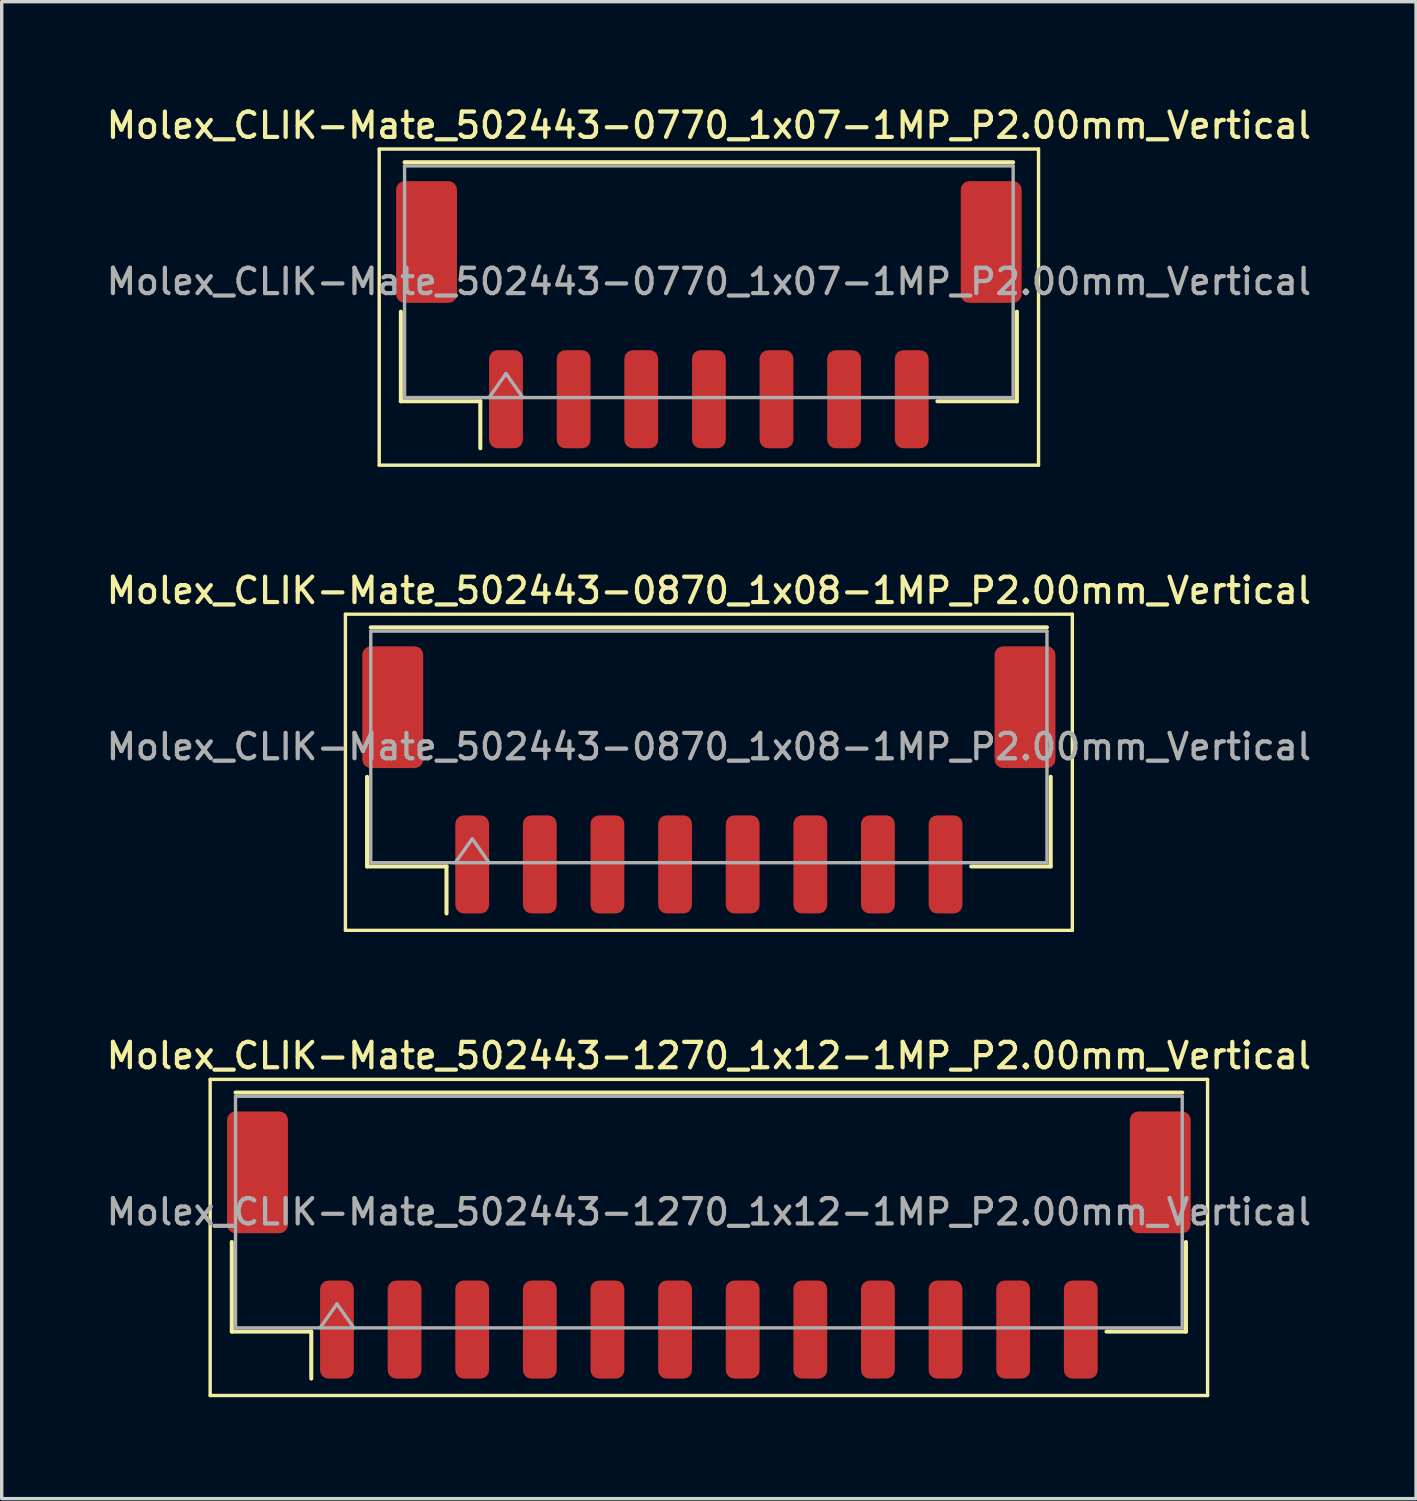
<source format=kicad_pcb>
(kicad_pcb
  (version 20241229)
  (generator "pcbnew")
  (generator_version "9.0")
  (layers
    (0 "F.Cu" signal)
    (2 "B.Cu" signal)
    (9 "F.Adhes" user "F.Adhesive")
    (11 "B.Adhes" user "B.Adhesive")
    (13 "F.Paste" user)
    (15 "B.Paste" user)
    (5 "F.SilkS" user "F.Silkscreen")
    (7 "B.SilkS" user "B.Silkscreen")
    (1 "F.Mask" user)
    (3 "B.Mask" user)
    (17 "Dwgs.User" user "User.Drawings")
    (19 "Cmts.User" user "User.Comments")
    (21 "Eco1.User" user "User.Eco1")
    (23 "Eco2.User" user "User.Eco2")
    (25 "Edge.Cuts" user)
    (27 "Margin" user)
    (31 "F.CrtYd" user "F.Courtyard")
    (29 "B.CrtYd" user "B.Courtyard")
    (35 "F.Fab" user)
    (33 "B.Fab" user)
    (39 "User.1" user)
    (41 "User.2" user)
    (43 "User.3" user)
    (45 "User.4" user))
  (footprint "Molex_CLIK-Mate_502443-1270_1x12-1MP_P2.00mm_Vertical"
    (layer "F.Cu")
    (at 17.916 33.774)
    (property "Reference" "Molex_CLIK-Mate_502443-1270_1x12-1MP_P2.00mm_Vertical" (at 0 -5.6 0) (layer "F.SilkS") (effects (font (size 0.75 0.75) (thickness 0.125))))
    (attr smd)
    (fp_line (start -14.75 -4.9) (end -14.75 4.45) (stroke (width 0.1) (type solid)) (layer "F.SilkS"))
    (fp_line (start -14.75 4.45) (end 14.75 4.45) (stroke (width 0.1) (type solid)) (layer "F.SilkS"))
    (fp_line (start -14.11 -0.09) (end -14.11 2.56) (stroke (width 0.12) (type solid)) (layer "F.SilkS"))
    (fp_line (start -14.11 2.56) (end -11.76 2.56) (stroke (width 0.12) (type solid)) (layer "F.SilkS"))
    (fp_line (start -14 -4.51) (end 14 -4.51) (stroke (width 0.12) (type solid)) (layer "F.SilkS"))
    (fp_line (start -11.76 2.56) (end -11.76 3.95) (stroke (width 0.12) (type solid)) (layer "F.SilkS"))
    (fp_line (start 14.11 -0.09) (end 14.11 2.56) (stroke (width 0.12) (type solid)) (layer "F.SilkS"))
    (fp_line (start 14.11 2.56) (end 11.76 2.56) (stroke (width 0.12) (type solid)) (layer "F.SilkS"))
    (fp_line (start 14.75 -4.9) (end -14.75 -4.9) (stroke (width 0.1) (type solid)) (layer "F.SilkS"))
    (fp_line (start 14.75 4.45) (end 14.75 -4.9) (stroke (width 0.1) (type solid)) (layer "F.SilkS"))
    (fp_line (start -14 -4.4) (end 14 -4.4) (stroke (width 0.1) (type solid)) (layer "F.Fab"))
    (fp_line (start -14 2.45) (end -14 -4.4) (stroke (width 0.1) (type solid)) (layer "F.Fab"))
    (fp_line (start -14 2.45) (end 14 2.45) (stroke (width 0.1) (type solid)) (layer "F.Fab"))
    (fp_line (start -11.5 2.45) (end -11 1.743) (stroke (width 0.1) (type solid)) (layer "F.Fab"))
    (fp_line (start -11 1.743) (end -10.5 2.45) (stroke (width 0.1) (type solid)) (layer "F.Fab"))
    (fp_line (start 14 2.45) (end 14 -4.4) (stroke (width 0.1) (type solid)) (layer "F.Fab"))
    (fp_text user "${REFERENCE}" (at 0 -0.98 0) (layer "F.Fab") (effects (font (size 0.75 0.75) (thickness 0.125))))
    (pad "1" smd roundrect (at -11 2.5) (size 1 2.9) (layers "F.Cu" "F.Mask" "F.Paste") (roundrect_rratio 0.25))
    (pad "2" smd roundrect (at -9 2.5) (size 1 2.9) (layers "F.Cu" "F.Mask" "F.Paste") (roundrect_rratio 0.25))
    (pad "3" smd roundrect (at -7 2.5) (size 1 2.9) (layers "F.Cu" "F.Mask" "F.Paste") (roundrect_rratio 0.25))
    (pad "4" smd roundrect (at -5 2.5) (size 1 2.9) (layers "F.Cu" "F.Mask" "F.Paste") (roundrect_rratio 0.25))
    (pad "5" smd roundrect (at -3 2.5) (size 1 2.9) (layers "F.Cu" "F.Mask" "F.Paste") (roundrect_rratio 0.25))
    (pad "6" smd roundrect (at -1 2.5) (size 1 2.9) (layers "F.Cu" "F.Mask" "F.Paste") (roundrect_rratio 0.25))
    (pad "7" smd roundrect (at 1 2.5) (size 1 2.9) (layers "F.Cu" "F.Mask" "F.Paste") (roundrect_rratio 0.25))
    (pad "8" smd roundrect (at 3 2.5) (size 1 2.9) (layers "F.Cu" "F.Mask" "F.Paste") (roundrect_rratio 0.25))
    (pad "9" smd roundrect (at 5 2.5) (size 1 2.9) (layers "F.Cu" "F.Mask" "F.Paste") (roundrect_rratio 0.25))
    (pad "10" smd roundrect (at 7 2.5) (size 1 2.9) (layers "F.Cu" "F.Mask" "F.Paste") (roundrect_rratio 0.25))
    (pad "11" smd roundrect (at 9 2.5) (size 1 2.9) (layers "F.Cu" "F.Mask" "F.Paste") (roundrect_rratio 0.25))
    (pad "12" smd roundrect (at 11 2.5) (size 1 2.9) (layers "F.Cu" "F.Mask" "F.Paste") (roundrect_rratio 0.25))
    (pad "MP" smd roundrect (at -13.35 -2.15) (size 1.8 3.6) (layers "F.Cu" "F.Mask" "F.Paste") (roundrect_rratio 0.139))
    (pad "MP" smd roundrect (at 13.35 -2.15) (size 1.8 3.6) (layers "F.Cu" "F.Mask" "F.Paste") (roundrect_rratio 0.139)))
  (footprint "Molex_CLIK-Mate_502443-0870_1x08-1MP_P2.00mm_Vertical"
    (layer "F.Cu")
    (at 17.916 20.016)
    (property "Reference" "Molex_CLIK-Mate_502443-0870_1x08-1MP_P2.00mm_Vertical" (at 0 -5.6 0) (layer "F.SilkS") (effects (font (size 0.75 0.75) (thickness 0.125))))
    (attr smd)
    (fp_line (start -10.75 -4.9) (end -10.75 4.45) (stroke (width 0.1) (type solid)) (layer "F.SilkS"))
    (fp_line (start -10.75 4.45) (end 10.75 4.45) (stroke (width 0.1) (type solid)) (layer "F.SilkS"))
    (fp_line (start -10.11 -0.09) (end -10.11 2.56) (stroke (width 0.12) (type solid)) (layer "F.SilkS"))
    (fp_line (start -10.11 2.56) (end -7.76 2.56) (stroke (width 0.12) (type solid)) (layer "F.SilkS"))
    (fp_line (start -10 -4.51) (end 10 -4.51) (stroke (width 0.12) (type solid)) (layer "F.SilkS"))
    (fp_line (start -7.76 2.56) (end -7.76 3.95) (stroke (width 0.12) (type solid)) (layer "F.SilkS"))
    (fp_line (start 10.11 -0.09) (end 10.11 2.56) (stroke (width 0.12) (type solid)) (layer "F.SilkS"))
    (fp_line (start 10.11 2.56) (end 7.76 2.56) (stroke (width 0.12) (type solid)) (layer "F.SilkS"))
    (fp_line (start 10.75 -4.9) (end -10.75 -4.9) (stroke (width 0.1) (type solid)) (layer "F.SilkS"))
    (fp_line (start 10.75 4.45) (end 10.75 -4.9) (stroke (width 0.1) (type solid)) (layer "F.SilkS"))
    (fp_line (start -10 -4.4) (end 10 -4.4) (stroke (width 0.1) (type solid)) (layer "F.Fab"))
    (fp_line (start -10 2.45) (end -10 -4.4) (stroke (width 0.1) (type solid)) (layer "F.Fab"))
    (fp_line (start -10 2.45) (end 10 2.45) (stroke (width 0.1) (type solid)) (layer "F.Fab"))
    (fp_line (start -7.5 2.45) (end -7 1.743) (stroke (width 0.1) (type solid)) (layer "F.Fab"))
    (fp_line (start -7 1.743) (end -6.5 2.45) (stroke (width 0.1) (type solid)) (layer "F.Fab"))
    (fp_line (start 10 2.45) (end 10 -4.4) (stroke (width 0.1) (type solid)) (layer "F.Fab"))
    (fp_text user "${REFERENCE}" (at 0 -0.98 0) (layer "F.Fab") (effects (font (size 0.75 0.75) (thickness 0.125))))
    (pad "1" smd roundrect (at -7 2.5) (size 1 2.9) (layers "F.Cu" "F.Mask" "F.Paste") (roundrect_rratio 0.25))
    (pad "2" smd roundrect (at -5 2.5) (size 1 2.9) (layers "F.Cu" "F.Mask" "F.Paste") (roundrect_rratio 0.25))
    (pad "3" smd roundrect (at -3 2.5) (size 1 2.9) (layers "F.Cu" "F.Mask" "F.Paste") (roundrect_rratio 0.25))
    (pad "4" smd roundrect (at -1 2.5) (size 1 2.9) (layers "F.Cu" "F.Mask" "F.Paste") (roundrect_rratio 0.25))
    (pad "5" smd roundrect (at 1 2.5) (size 1 2.9) (layers "F.Cu" "F.Mask" "F.Paste") (roundrect_rratio 0.25))
    (pad "6" smd roundrect (at 3 2.5) (size 1 2.9) (layers "F.Cu" "F.Mask" "F.Paste") (roundrect_rratio 0.25))
    (pad "7" smd roundrect (at 5 2.5) (size 1 2.9) (layers "F.Cu" "F.Mask" "F.Paste") (roundrect_rratio 0.25))
    (pad "8" smd roundrect (at 7 2.5) (size 1 2.9) (layers "F.Cu" "F.Mask" "F.Paste") (roundrect_rratio 0.25))
    (pad "MP" smd roundrect (at -9.35 -2.15) (size 1.8 3.6) (layers "F.Cu" "F.Mask" "F.Paste") (roundrect_rratio 0.139))
    (pad "MP" smd roundrect (at 9.35 -2.15) (size 1.8 3.6) (layers "F.Cu" "F.Mask" "F.Paste") (roundrect_rratio 0.139)))
  (footprint "Molex_CLIK-Mate_502443-0770_1x07-1MP_P2.00mm_Vertical"
    (layer "F.Cu")
    (at 17.916 6.258)
    (property "Reference" "Molex_CLIK-Mate_502443-0770_1x07-1MP_P2.00mm_Vertical" (at 0 -5.6 0) (layer "F.SilkS") (effects (font (size 0.75 0.75) (thickness 0.125))))
    (attr smd)
    (fp_line (start -9.75 -4.9) (end -9.75 4.45) (stroke (width 0.1) (type solid)) (layer "F.SilkS"))
    (fp_line (start -9.75 4.45) (end 9.75 4.45) (stroke (width 0.1) (type solid)) (layer "F.SilkS"))
    (fp_line (start -9.11 -0.09) (end -9.11 2.56) (stroke (width 0.12) (type solid)) (layer "F.SilkS"))
    (fp_line (start -9.11 2.56) (end -6.76 2.56) (stroke (width 0.12) (type solid)) (layer "F.SilkS"))
    (fp_line (start -9 -4.51) (end 9 -4.51) (stroke (width 0.12) (type solid)) (layer "F.SilkS"))
    (fp_line (start -6.76 2.56) (end -6.76 3.95) (stroke (width 0.12) (type solid)) (layer "F.SilkS"))
    (fp_line (start 9.11 -0.09) (end 9.11 2.56) (stroke (width 0.12) (type solid)) (layer "F.SilkS"))
    (fp_line (start 9.11 2.56) (end 6.76 2.56) (stroke (width 0.12) (type solid)) (layer "F.SilkS"))
    (fp_line (start 9.75 -4.9) (end -9.75 -4.9) (stroke (width 0.1) (type solid)) (layer "F.SilkS"))
    (fp_line (start 9.75 4.45) (end 9.75 -4.9) (stroke (width 0.1) (type solid)) (layer "F.SilkS"))
    (fp_line (start -9 -4.4) (end 9 -4.4) (stroke (width 0.1) (type solid)) (layer "F.Fab"))
    (fp_line (start -9 2.45) (end -9 -4.4) (stroke (width 0.1) (type solid)) (layer "F.Fab"))
    (fp_line (start -9 2.45) (end 9 2.45) (stroke (width 0.1) (type solid)) (layer "F.Fab"))
    (fp_line (start -6.5 2.45) (end -6 1.743) (stroke (width 0.1) (type solid)) (layer "F.Fab"))
    (fp_line (start -6 1.743) (end -5.5 2.45) (stroke (width 0.1) (type solid)) (layer "F.Fab"))
    (fp_line (start 9 2.45) (end 9 -4.4) (stroke (width 0.1) (type solid)) (layer "F.Fab"))
    (fp_text user "${REFERENCE}" (at 0 -0.98 0) (layer "F.Fab") (effects (font (size 0.75 0.75) (thickness 0.125))))
    (pad "1" smd roundrect (at -6 2.5) (size 1 2.9) (layers "F.Cu" "F.Mask" "F.Paste") (roundrect_rratio 0.25))
    (pad "2" smd roundrect (at -4 2.5) (size 1 2.9) (layers "F.Cu" "F.Mask" "F.Paste") (roundrect_rratio 0.25))
    (pad "3" smd roundrect (at -2 2.5) (size 1 2.9) (layers "F.Cu" "F.Mask" "F.Paste") (roundrect_rratio 0.25))
    (pad "4" smd roundrect (at 0 2.5) (size 1 2.9) (layers "F.Cu" "F.Mask" "F.Paste") (roundrect_rratio 0.25))
    (pad "5" smd roundrect (at 2 2.5) (size 1 2.9) (layers "F.Cu" "F.Mask" "F.Paste") (roundrect_rratio 0.25))
    (pad "6" smd roundrect (at 4 2.5) (size 1 2.9) (layers "F.Cu" "F.Mask" "F.Paste") (roundrect_rratio 0.25))
    (pad "7" smd roundrect (at 6 2.5) (size 1 2.9) (layers "F.Cu" "F.Mask" "F.Paste") (roundrect_rratio 0.25))
    (pad "MP" smd roundrect (at -8.35 -2.15) (size 1.8 3.6) (layers "F.Cu" "F.Mask" "F.Paste") (roundrect_rratio 0.139))
    (pad "MP" smd roundrect (at 8.35 -2.15) (size 1.8 3.6) (layers "F.Cu" "F.Mask" "F.Paste") (roundrect_rratio 0.139)))
  (gr_rect
    (start -3 -3)
    (end 38.832 41.274)
    (stroke (width 0.1) (type default))
    (fill no)
    (layer "Edge.Cuts")))
</source>
